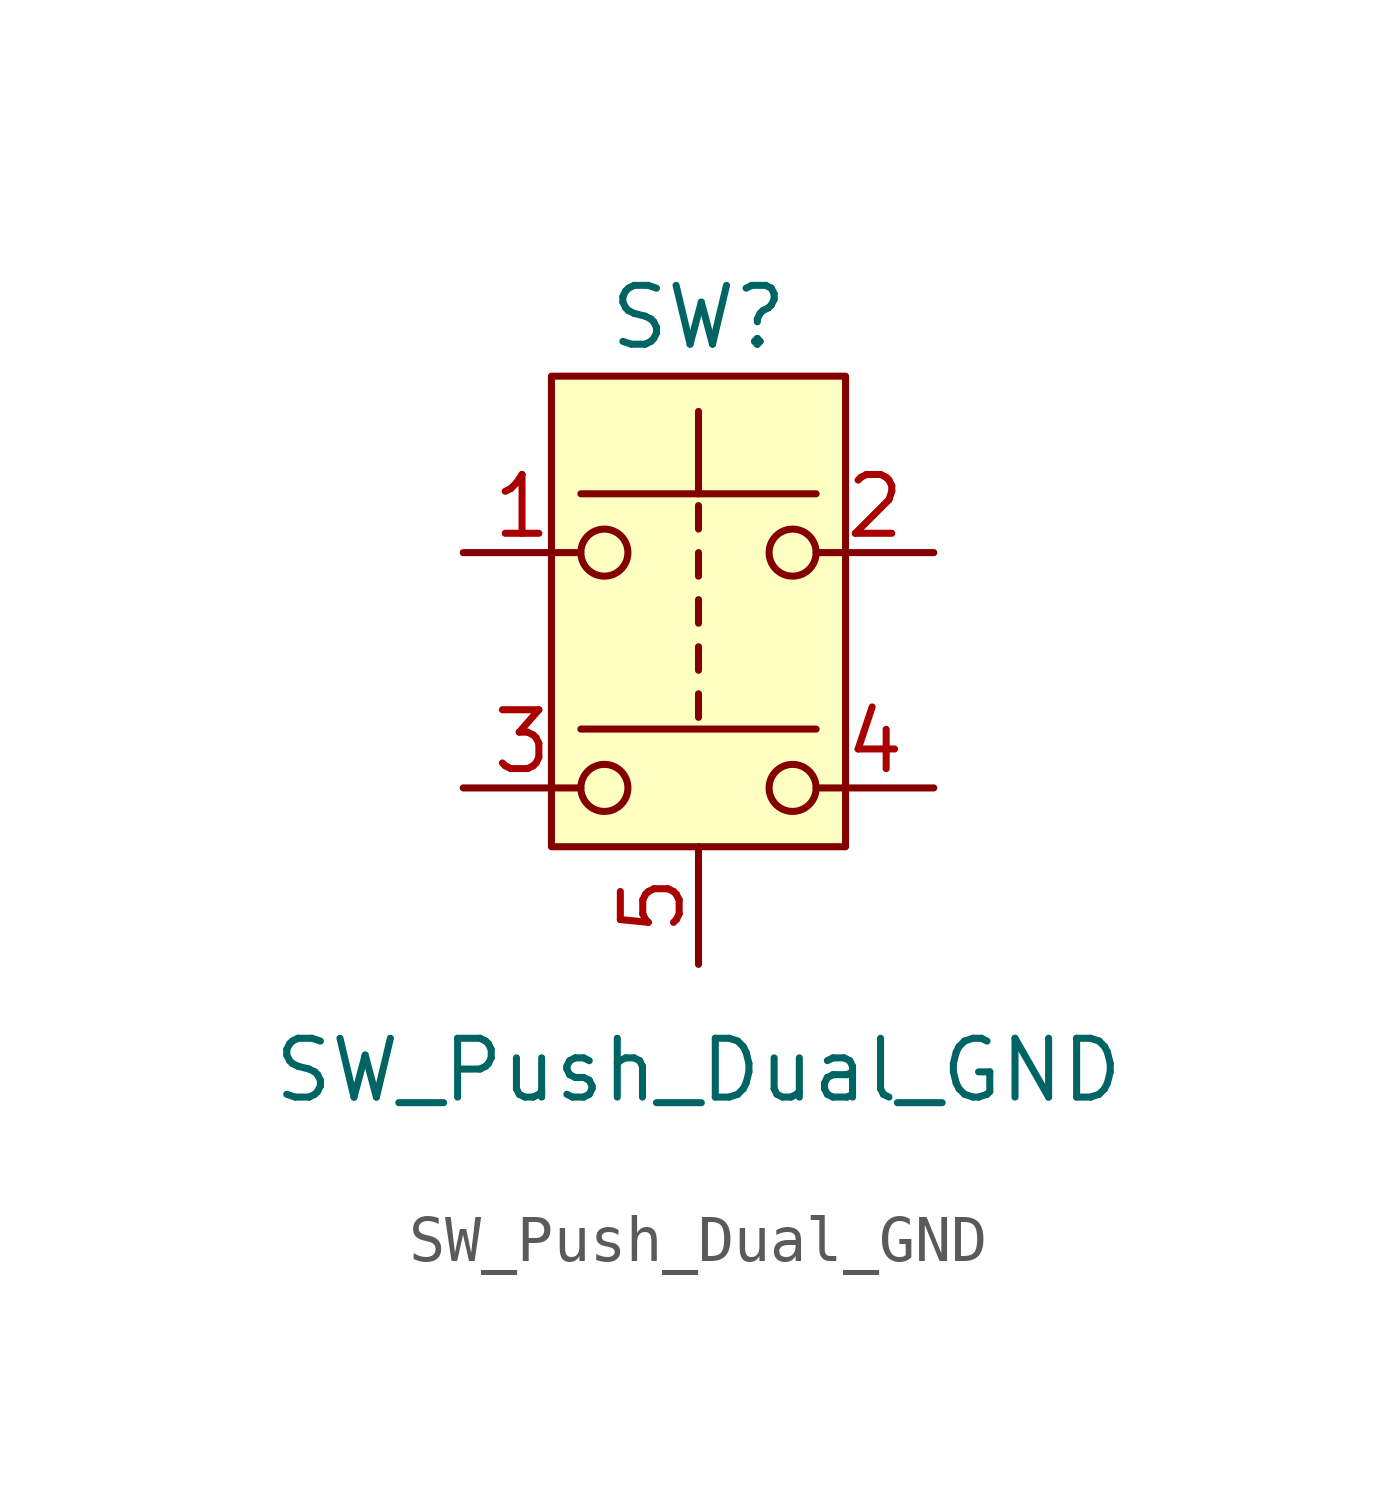
<source format=kicad_sym>
(kicad_symbol_lib
  (version 20241209)
  (generator "kicad_symbol_editor")
  (generator_version "9.0")
  (symbol "SW_Push_Dual_GND"
    (pin_names
      (offset 1.016)
      (hide yes))
    (property "Reference" "SW"
      (at 0 7.62 0)
      (effects (font (size 1.27 1.27))))
    (property "Value" "SW_Push_Dual_GND"
      (at 0 -8.636 0)
      (effects (font (size 1.27 1.27))))
    (symbol "SW_Push_Dual_GND_0_1"
      (circle (center -2.032 2.54) (radius 0.508) (stroke (width 0) (type default)) (fill (type none)))
      (circle (center -2.032 -2.54) (radius 0.508) (stroke (width 0) (type default)) (fill (type none)))
      (polyline (pts (xy 0 3.81) (xy 0 5.588)) (stroke (width 0) (type default)) (fill (type none)))
      (polyline (pts (xy 0 3.048) (xy 0 3.556)) (stroke (width 0) (type default)) (fill (type none)))
      (polyline (pts (xy 0 2.032) (xy 0 2.54)) (stroke (width 0) (type default)) (fill (type none)))
      (polyline (pts (xy 0 1.016) (xy 0 1.524)) (stroke (width 0) (type default)) (fill (type none)))
      (polyline (pts (xy 0 0.508) (xy 0 0)) (stroke (width 0) (type default)) (fill (type none)))
      (polyline (pts (xy 0 -0.508) (xy 0 -1.016)) (stroke (width 0) (type default)) (fill (type none)))
      (circle (center 2.032 2.54) (radius 0.508) (stroke (width 0) (type default)) (fill (type none)))
      (circle (center 2.032 -2.54) (radius 0.508) (stroke (width 0) (type default)) (fill (type none)))
      (polyline (pts (xy 2.54 3.81) (xy -2.54 3.81)) (stroke (width 0) (type default)) (fill (type none)))
      (polyline (pts (xy 2.54 -1.27) (xy -2.54 -1.27)) (stroke (width 0) (type default)) (fill (type none)))
      (pin passive line (at -5.08 2.54 0) (length 2.54) (name "1" (effects (font (size 1.27 1.27)))) (number "1" (effects (font (size 1.27 1.27)))))
      (pin passive line (at -5.08 -2.54 0) (length 2.54) (name "3" (effects (font (size 1.27 1.27)))) (number "3" (effects (font (size 1.27 1.27)))))
      (pin passive line (at 5.08 2.54 180) (length 2.54) (name "2" (effects (font (size 1.27 1.27)))) (number "2" (effects (font (size 1.27 1.27)))))
      (pin passive line (at 5.08 -2.54 180) (length 2.54) (name "4" (effects (font (size 1.27 1.27)))) (number "4" (effects (font (size 1.27 1.27))))))
    (symbol "SW_Push_Dual_GND_1_1"
      (rectangle (start -3.175 6.35) (end 3.175 -3.81) (stroke (width 0) (type default)) (fill (type background)))
      (pin passive line (at 0 -6.35 90) (length 2.54) (name "GND" (effects (font (size 1.27 1.27)))) (number "5" (effects (font (size 1.27 1.27))))))))
</source>
